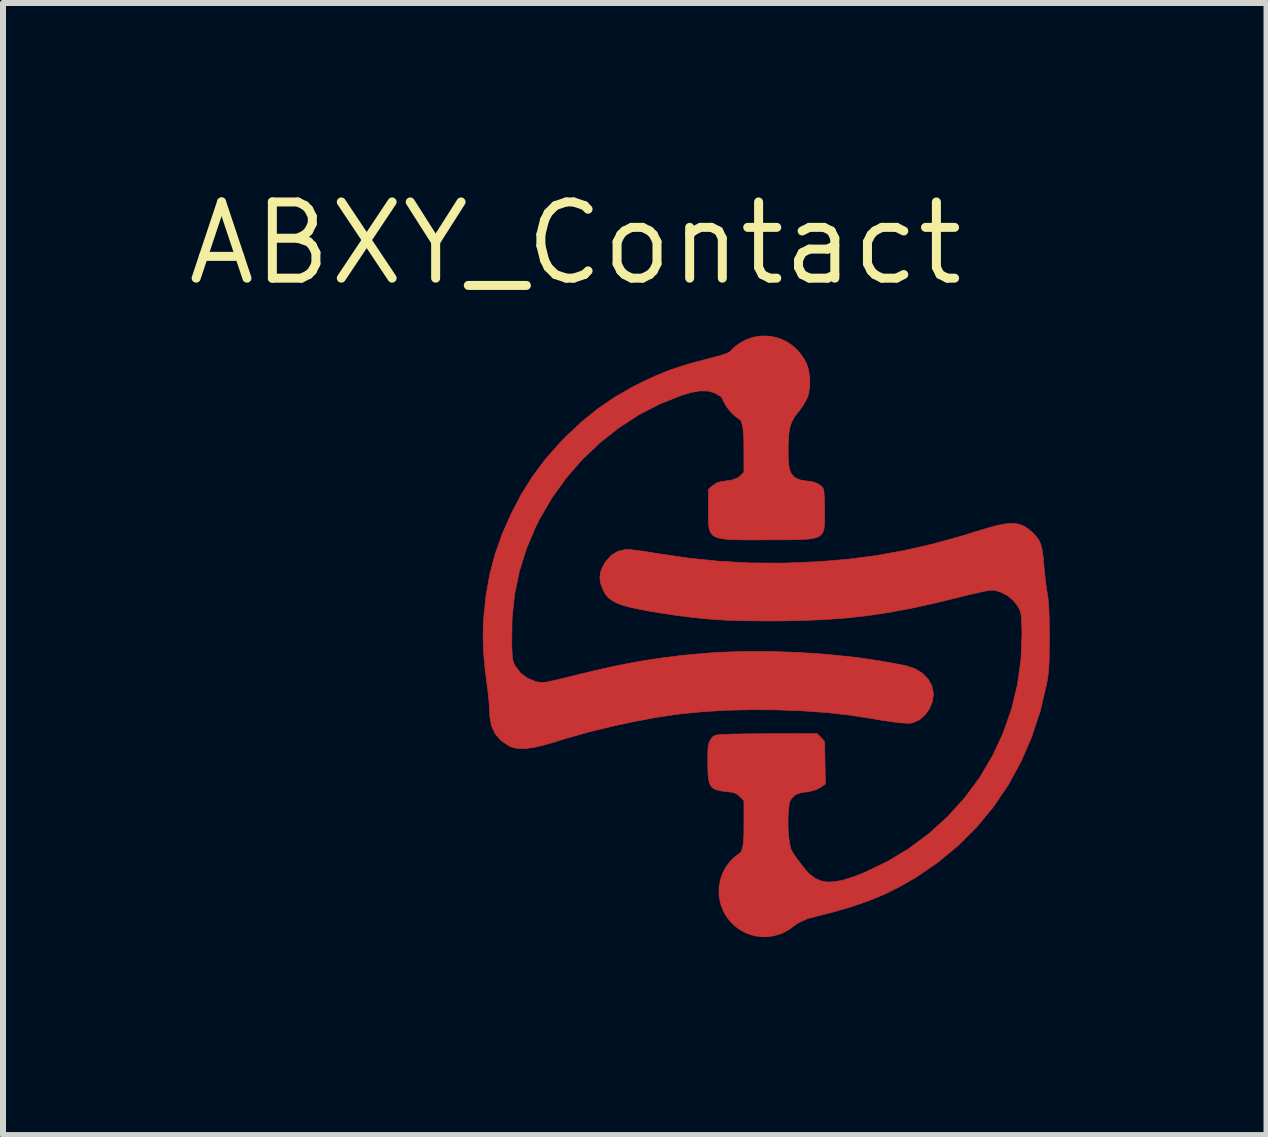
<source format=kicad_pcb>
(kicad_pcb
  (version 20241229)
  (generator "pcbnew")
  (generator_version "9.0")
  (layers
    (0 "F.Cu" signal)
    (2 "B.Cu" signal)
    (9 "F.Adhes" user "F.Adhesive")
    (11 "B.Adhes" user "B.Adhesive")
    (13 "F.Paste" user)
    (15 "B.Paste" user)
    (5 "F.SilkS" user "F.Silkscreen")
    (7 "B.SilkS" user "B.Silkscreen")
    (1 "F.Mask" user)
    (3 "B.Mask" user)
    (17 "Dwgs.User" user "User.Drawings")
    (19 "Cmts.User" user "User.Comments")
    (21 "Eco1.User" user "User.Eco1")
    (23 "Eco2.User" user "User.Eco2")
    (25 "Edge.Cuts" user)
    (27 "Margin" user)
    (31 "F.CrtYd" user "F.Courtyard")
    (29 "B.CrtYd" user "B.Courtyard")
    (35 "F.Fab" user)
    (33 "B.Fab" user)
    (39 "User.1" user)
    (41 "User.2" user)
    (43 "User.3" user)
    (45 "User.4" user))
  (footprint "ABXY_Contact"
    (layer "F.Cu")
    (at 9.689 7.506)
    (property "Reference" "ABXY_Contact" (at -3.15 -6.5 0) (layer "F.SilkS") (effects (font (size 1.27 1.27) (thickness 0.15))))
    (attr through_hole)
    (fp_poly (pts (xy 0.252 -4.891) (xy 0.406 -4.822) (xy 0.542 -4.717) (xy 0.562 -4.695) (xy 0.646 -4.594) (xy 0.702 -4.497) (xy 0.735 -4.39) (xy 0.749 -4.261) (xy 0.75 -4.192) (xy 0.748 -4.092) (xy 0.742 -4.021) (xy 0.729 -3.965) (xy 0.707 -3.911) (xy 0.694 -3.885) (xy 0.647 -3.808) (xy 0.588 -3.722) (xy 0.55 -3.673) (xy 0.494 -3.597) (xy 0.453 -3.517) (xy 0.424 -3.425) (xy 0.407 -3.313) (xy 0.398 -3.173) (xy 0.396 -3.066) (xy 0.398 -2.918) (xy 0.406 -2.806) (xy 0.423 -2.722) (xy 0.451 -2.66) (xy 0.49 -2.614) (xy 0.532 -2.584) (xy 0.614 -2.552) (xy 0.697 -2.541) (xy 0.796 -2.529) (xy 0.884 -2.499) (xy 0.951 -2.454) (xy 0.987 -2.401) (xy 0.987 -2.4) (xy 0.993 -2.358) (xy 0.998 -2.283) (xy 1.002 -2.184) (xy 1.004 -2.072) (xy 1.004 -2.034) (xy 1.004 -1.922) (xy 1.003 -1.829) (xy 0.996 -1.753) (xy 0.98 -1.694) (xy 0.952 -1.648) (xy 0.907 -1.613) (xy 0.842 -1.59) (xy 0.754 -1.574) (xy 0.638 -1.565) (xy 0.492 -1.561) (xy 0.311 -1.559) (xy 0.092 -1.559) (xy 0.051 -1.559) (xy -0.178 -1.558) (xy -0.369 -1.559) (xy -0.525 -1.562) (xy -0.649 -1.57) (xy -0.745 -1.585) (xy -0.817 -1.608) (xy -0.867 -1.642) (xy -0.901 -1.688) (xy -0.921 -1.749) (xy -0.93 -1.825) (xy -0.933 -1.92) (xy -0.933 -2.034) (xy -0.933 -2.081) (xy -0.933 -2.397) (xy -0.874 -2.456) (xy -0.791 -2.51) (xy -0.725 -2.528) (xy -0.642 -2.541) (xy -0.556 -2.553) (xy -0.548 -2.555) (xy -0.451 -2.588) (xy -0.399 -2.627) (xy -0.34 -2.686) (xy -0.341 -3.064) (xy -0.342 -3.226) (xy -0.349 -3.354) (xy -0.363 -3.458) (xy -0.389 -3.544) (xy -0.429 -3.623) (xy -0.486 -3.702) (xy -0.564 -3.791) (xy -0.632 -3.862) (xy -0.732 -3.952) (xy -0.835 -4.011) (xy -0.946 -4.04) (xy -1.073 -4.041) (xy -1.221 -4.015) (xy -1.372 -3.97) (xy -1.74 -3.825) (xy -2.094 -3.642) (xy -2.43 -3.423) (xy -2.747 -3.172) (xy -3.041 -2.891) (xy -3.308 -2.584) (xy -3.545 -2.252) (xy -3.75 -1.898) (xy -3.809 -1.78) (xy -3.966 -1.41) (xy -4.083 -1.036) (xy -4.162 -0.653) (xy -4.204 -0.256) (xy -4.21 0.139) (xy -4.207 0.263) (xy -4.203 0.354) (xy -4.196 0.419) (xy -4.186 0.467) (xy -4.171 0.507) (xy -4.151 0.547) (xy -4.15 0.548) (xy -4.064 0.66) (xy -3.949 0.746) (xy -3.816 0.801) (xy -3.8 0.805) (xy -3.762 0.813) (xy -3.727 0.817) (xy -3.688 0.818) (xy -3.641 0.813) (xy -3.578 0.801) (xy -3.495 0.783) (xy -3.385 0.757) (xy -3.243 0.722) (xy -3.159 0.701) (xy -2.824 0.62) (xy -2.519 0.551) (xy -2.233 0.494) (xy -1.956 0.446) (xy -1.677 0.405) (xy -1.386 0.369) (xy -1.208 0.35) (xy -0.789 0.317) (xy -0.345 0.301) (xy 0.114 0.302) (xy 0.58 0.318) (xy 1.042 0.35) (xy 1.493 0.396) (xy 1.922 0.457) (xy 2.322 0.531) (xy 2.365 0.541) (xy 2.513 0.59) (xy 2.635 0.665) (xy 2.73 0.761) (xy 2.792 0.874) (xy 2.817 1) (xy 2.817 1.012) (xy 2.8 1.139) (xy 2.751 1.258) (xy 2.677 1.361) (xy 2.584 1.441) (xy 2.478 1.489) (xy 2.457 1.494) (xy 2.387 1.498) (xy 2.281 1.492) (xy 2.138 1.475) (xy 1.956 1.448) (xy 1.776 1.417) (xy 1.423 1.362) (xy 1.039 1.32) (xy 0.633 1.291) (xy 0.214 1.275) (xy -0.208 1.272) (xy -0.624 1.281) (xy -1.024 1.305) (xy -1.4 1.342) (xy -1.42 1.344) (xy -1.774 1.396) (xy -2.153 1.466) (xy -2.543 1.55) (xy -2.931 1.645) (xy -3.303 1.75) (xy -3.462 1.799) (xy -3.665 1.859) (xy -3.835 1.899) (xy -3.977 1.919) (xy -4.093 1.921) (xy -4.189 1.904) (xy -4.252 1.878) (xy -4.388 1.786) (xy -4.487 1.673) (xy -4.549 1.538) (xy -4.576 1.382) (xy -4.577 1.333) (xy -4.58 1.248) (xy -4.589 1.137) (xy -4.601 1.013) (xy -4.617 0.892) (xy -4.655 0.592) (xy -4.679 0.323) (xy -4.688 0.074) (xy -4.684 -0.162) (xy -4.678 -0.25) (xy -4.639 -0.632) (xy -4.575 -0.988) (xy -4.485 -1.329) (xy -4.365 -1.665) (xy -4.226 -1.981) (xy -4.051 -2.316) (xy -3.86 -2.621) (xy -3.645 -2.907) (xy -3.398 -3.186) (xy -3.304 -3.283) (xy -3.039 -3.531) (xy -2.77 -3.748) (xy -2.488 -3.94) (xy -2.18 -4.116) (xy -2.002 -4.205) (xy -1.796 -4.299) (xy -1.594 -4.381) (xy -1.383 -4.453) (xy -1.152 -4.521) (xy -0.943 -4.575) (xy -0.786 -4.616) (xy -0.665 -4.653) (xy -0.573 -4.687) (xy -0.506 -4.721) (xy -0.499 -4.726) (xy -0.386 -4.795) (xy -0.299 -4.844) (xy -0.227 -4.877) (xy -0.163 -4.898) (xy -0.095 -4.912) (xy -0.094 -4.913) (xy 0.084 -4.922) (xy 0.252 -4.891)) (stroke (width 0.01) (type solid)) (fill yes) (layer "F.Cu"))
    (fp_poly (pts (xy 4.221 -1.825) (xy 4.302 -1.799) (xy 4.377 -1.756) (xy 4.451 -1.696) (xy 4.472 -1.677) (xy 4.532 -1.614) (xy 4.576 -1.552) (xy 4.608 -1.481) (xy 4.63 -1.393) (xy 4.646 -1.278) (xy 4.656 -1.162) (xy 4.668 -1.033) (xy 4.683 -0.896) (xy 4.699 -0.769) (xy 4.713 -0.68) (xy 4.726 -0.597) (xy 4.735 -0.504) (xy 4.742 -0.394) (xy 4.747 -0.26) (xy 4.749 -0.096) (xy 4.75 0.062) (xy 4.749 0.237) (xy 4.748 0.377) (xy 4.745 0.491) (xy 4.739 0.585) (xy 4.732 0.667) (xy 4.721 0.745) (xy 4.707 0.827) (xy 4.703 0.848) (xy 4.596 1.3) (xy 4.453 1.732) (xy 4.275 2.142) (xy 4.063 2.529) (xy 3.817 2.891) (xy 3.539 3.228) (xy 3.228 3.538) (xy 2.887 3.82) (xy 2.525 4.067) (xy 2.272 4.213) (xy 2.014 4.342) (xy 1.741 4.456) (xy 1.447 4.557) (xy 1.125 4.651) (xy 0.858 4.717) (xy 0.713 4.758) (xy 0.587 4.815) (xy 0.516 4.856) (xy 0.435 4.905) (xy 0.359 4.947) (xy 0.301 4.977) (xy 0.292 4.981) (xy 0.186 5.01) (xy 0.062 5.023) (xy -0.061 5.019) (xy -0.088 5.015) (xy -0.231 4.971) (xy -0.369 4.893) (xy -0.491 4.789) (xy -0.587 4.667) (xy -0.611 4.622) (xy -0.664 4.473) (xy -0.683 4.308) (xy -0.676 4.191) (xy -0.658 4.095) (xy -0.63 4.013) (xy -0.587 3.931) (xy -0.52 3.836) (xy -0.496 3.804) (xy -0.443 3.734) (xy -0.404 3.674) (xy -0.377 3.616) (xy -0.358 3.551) (xy -0.347 3.471) (xy -0.342 3.369) (xy -0.34 3.237) (xy -0.34 3.161) (xy -0.34 2.788) (xy -0.409 2.72) (xy -0.451 2.683) (xy -0.493 2.66) (xy -0.55 2.646) (xy -0.633 2.637) (xy -0.735 2.624) (xy -0.812 2.604) (xy -0.867 2.572) (xy -0.905 2.52) (xy -0.927 2.445) (xy -0.939 2.341) (xy -0.943 2.202) (xy -0.943 2.147) (xy -0.943 2.025) (xy -0.94 1.938) (xy -0.934 1.876) (xy -0.925 1.831) (xy -0.91 1.795) (xy -0.9 1.776) (xy -0.863 1.726) (xy -0.817 1.7) (xy -0.762 1.688) (xy -0.72 1.685) (xy -0.64 1.682) (xy -0.529 1.679) (xy -0.392 1.676) (xy -0.235 1.674) (xy -0.063 1.673) (xy 0.106 1.672) (xy 0.88 1.671) (xy 0.942 1.735) (xy 1.004 1.8) (xy 1.011 2.155) (xy 1.017 2.51) (xy 0.935 2.567) (xy 0.861 2.606) (xy 0.766 2.632) (xy 0.698 2.643) (xy 0.61 2.656) (xy 0.551 2.674) (xy 0.507 2.7) (xy 0.479 2.726) (xy 0.447 2.761) (xy 0.427 2.797) (xy 0.414 2.846) (xy 0.405 2.92) (xy 0.4 2.976) (xy 0.394 3.111) (xy 0.396 3.25) (xy 0.405 3.381) (xy 0.42 3.497) (xy 0.44 3.586) (xy 0.454 3.62) (xy 0.493 3.684) (xy 0.549 3.766) (xy 0.616 3.854) (xy 0.682 3.935) (xy 0.738 3.998) (xy 0.758 4.017) (xy 0.849 4.084) (xy 0.948 4.127) (xy 1.058 4.145) (xy 1.184 4.138) (xy 1.332 4.107) (xy 1.505 4.05) (xy 1.664 3.988) (xy 2.046 3.805) (xy 2.408 3.587) (xy 2.745 3.336) (xy 3.056 3.053) (xy 3.338 2.742) (xy 3.589 2.403) (xy 3.597 2.39) (xy 3.808 2.031) (xy 3.983 1.654) (xy 4.12 1.26) (xy 4.218 0.855) (xy 4.276 0.442) (xy 4.294 0.025) (xy 4.292 -0.046) (xy 4.289 -0.167) (xy 4.284 -0.255) (xy 4.278 -0.318) (xy 4.267 -0.364) (xy 4.251 -0.404) (xy 4.229 -0.445) (xy 4.226 -0.451) (xy 4.149 -0.549) (xy 4.048 -0.632) (xy 3.934 -0.691) (xy 3.82 -0.72) (xy 3.789 -0.721) (xy 3.746 -0.716) (xy 3.669 -0.702) (xy 3.564 -0.679) (xy 3.439 -0.651) (xy 3.301 -0.617) (xy 3.213 -0.595) (xy 2.814 -0.498) (xy 2.443 -0.417) (xy 2.09 -0.351) (xy 1.748 -0.299) (xy 1.405 -0.26) (xy 1.053 -0.233) (xy 0.682 -0.216) (xy 0.283 -0.208) (xy 0.094 -0.207) (xy -0.186 -0.209) (xy -0.433 -0.213) (xy -0.656 -0.221) (xy -0.864 -0.234) (xy -1.067 -0.252) (xy -1.273 -0.275) (xy -1.492 -0.304) (xy -1.674 -0.331) (xy -1.904 -0.368) (xy -2.095 -0.404) (xy -2.253 -0.439) (xy -2.38 -0.475) (xy -2.481 -0.516) (xy -2.559 -0.561) (xy -2.619 -0.614) (xy -2.665 -0.677) (xy -2.699 -0.75) (xy -2.725 -0.825) (xy -2.742 -0.927) (xy -2.73 -1.025) (xy -2.685 -1.13) (xy -2.642 -1.2) (xy -2.55 -1.302) (xy -2.438 -1.369) (xy -2.311 -1.398) (xy -2.282 -1.399) (xy -2.226 -1.395) (xy -2.138 -1.385) (xy -2.027 -1.37) (xy -1.903 -1.351) (xy -1.815 -1.336) (xy -1.275 -1.256) (xy -0.753 -1.202) (xy -0.234 -1.174) (xy 0.296 -1.171) (xy 0.39 -1.173) (xy 0.904 -1.195) (xy 1.39 -1.235) (xy 1.86 -1.296) (xy 2.322 -1.379) (xy 2.789 -1.485) (xy 3.271 -1.618) (xy 3.534 -1.699) (xy 3.727 -1.757) (xy 3.887 -1.8) (xy 4.019 -1.825) (xy 4.128 -1.833) (xy 4.221 -1.825)) (stroke (width 0.01) (type solid)) (fill yes) (layer "F.Cu"))
    (fp_poly (pts (xy 0.44 -5.161) (xy 0.808 -5.122) (xy 1.167 -5.055) (xy 1.532 -4.958) (xy 1.686 -4.909) (xy 2.118 -4.743) (xy 2.532 -4.541) (xy 2.926 -4.303) (xy 3.296 -4.033) (xy 3.642 -3.732) (xy 3.96 -3.402) (xy 4.248 -3.045) (xy 4.505 -2.664) (xy 4.727 -2.26) (xy 4.808 -2.087) (xy 4.974 -1.666) (xy 5.105 -1.229) (xy 5.199 -0.783) (xy 5.254 -0.335) (xy 5.269 0.053) (xy 5.248 0.511) (xy 5.186 0.963) (xy 5.085 1.407) (xy 4.947 1.84) (xy 4.771 2.259) (xy 4.561 2.661) (xy 4.316 3.045) (xy 4.04 3.407) (xy 3.733 3.745) (xy 3.397 4.056) (xy 3.032 4.337) (xy 2.898 4.428) (xy 2.754 4.517) (xy 2.582 4.613) (xy 2.393 4.711) (xy 2.2 4.804) (xy 2.013 4.888) (xy 1.846 4.956) (xy 1.829 4.962) (xy 1.665 5.018) (xy 1.474 5.074) (xy 1.272 5.128) (xy 1.073 5.175) (xy 0.894 5.21) (xy 0.845 5.219) (xy 0.739 5.231) (xy 0.602 5.242) (xy 0.441 5.25) (xy 0.265 5.256) (xy 0.081 5.26) (xy -0.101 5.261) (xy -0.273 5.259) (xy -0.428 5.255) (xy -0.557 5.248) (xy -0.649 5.238) (xy -1.126 5.144) (xy -1.586 5.013) (xy -2.027 4.846) (xy -2.447 4.642) (xy -2.845 4.403) (xy -3.22 4.13) (xy -3.562 3.831) (xy -3.867 3.518) (xy -4.135 3.195) (xy -4.37 2.856) (xy -4.579 2.492) (xy -4.647 2.359) (xy -4.83 1.946) (xy -4.973 1.534) (xy -5.078 1.117) (xy -5.147 0.689) (xy -5.18 0.241) (xy -5.181 0.221) (xy -5.175 -0.254) (xy -5.13 -0.719) (xy -5.044 -1.173) (xy -4.918 -1.615) (xy -4.754 -2.041) (xy -4.552 -2.452) (xy -4.312 -2.845) (xy -4.036 -3.218) (xy -3.727 -3.565) (xy -3.533 -3.759) (xy -3.349 -3.926) (xy -3.164 -4.078) (xy -2.966 -4.223) (xy -2.845 -4.306) (xy -2.445 -4.547) (xy -2.027 -4.749) (xy -1.594 -4.914) (xy -1.148 -5.039) (xy -0.691 -5.123) (xy -0.225 -5.168) (xy 0.051 -5.174) (xy 0.44 -5.161)) (stroke (width 0.2) (type solid)) (fill yes) (layer "F.Mask"))
    (pad "1" connect circle (at 0 -4.2) (size 1.524 1.524) (layers "F.Cu" "F.Mask"))
    (pad "2" connect circle (at 0 4.3) (size 1.524 1.524) (layers "F.Cu" "F.Mask")))
  (gr_rect
    (start -3 -3)
    (end 18.058 15.867)
    (stroke (width 0.1) (type default))
    (fill no)
    (layer "Edge.Cuts")))
</source>
